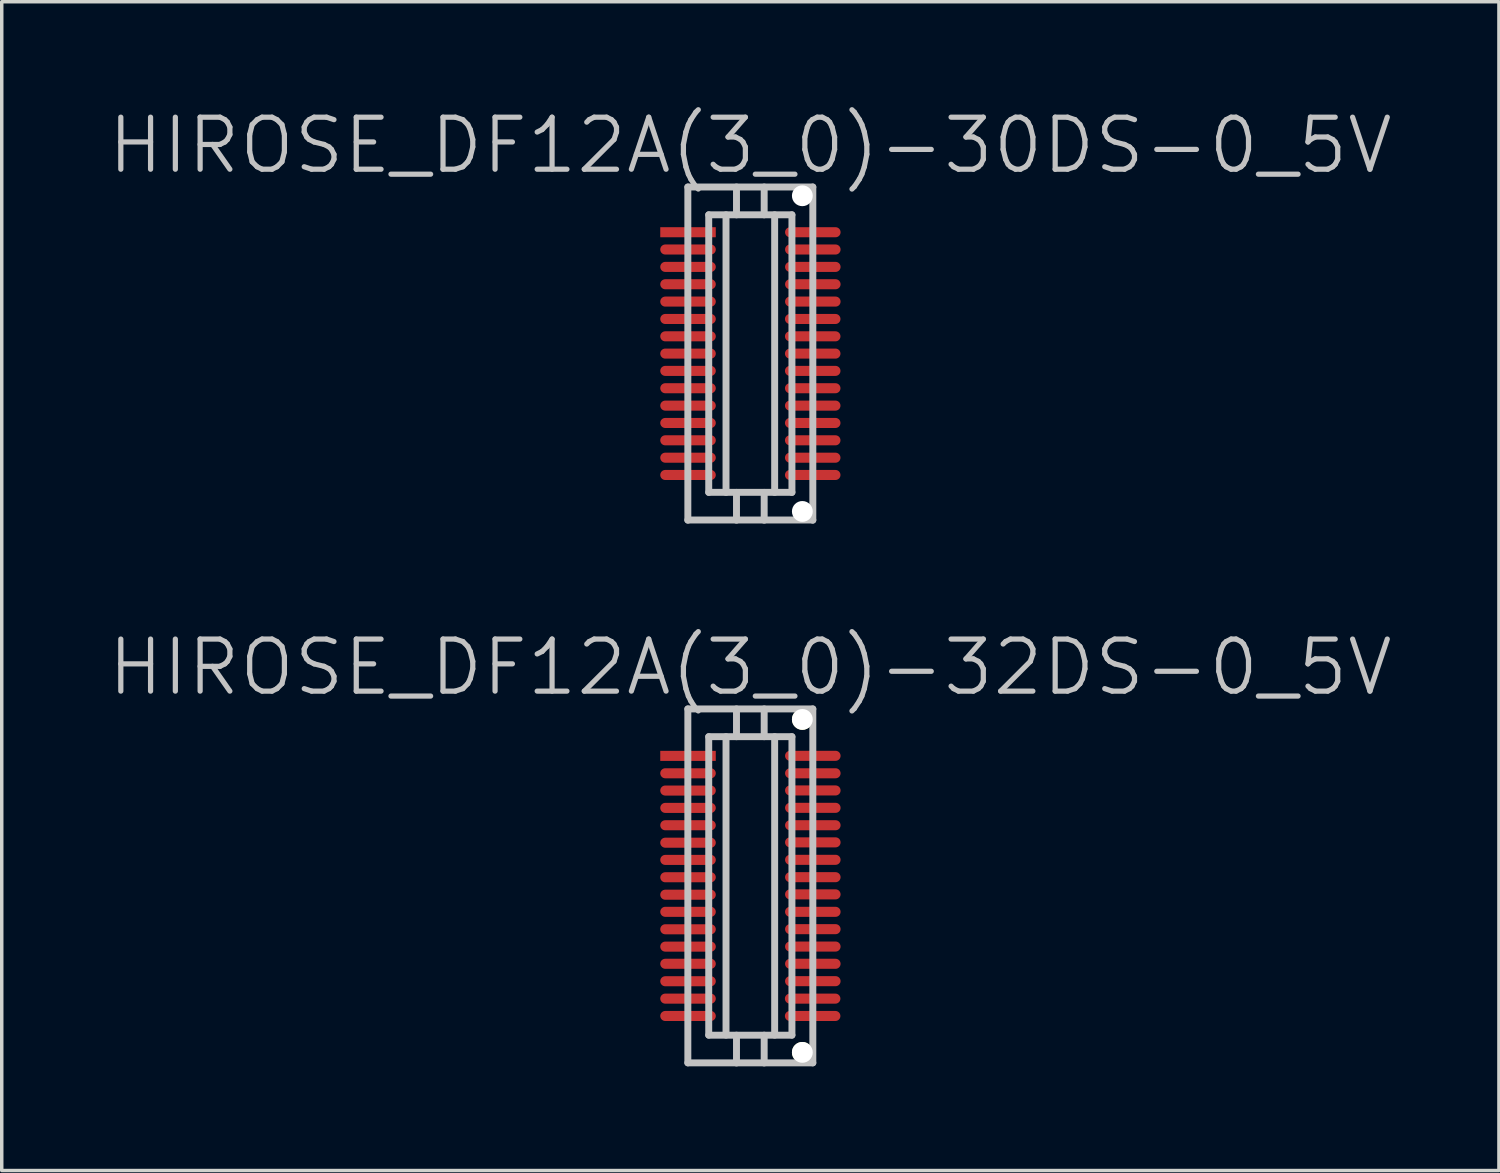
<source format=kicad_pcb>
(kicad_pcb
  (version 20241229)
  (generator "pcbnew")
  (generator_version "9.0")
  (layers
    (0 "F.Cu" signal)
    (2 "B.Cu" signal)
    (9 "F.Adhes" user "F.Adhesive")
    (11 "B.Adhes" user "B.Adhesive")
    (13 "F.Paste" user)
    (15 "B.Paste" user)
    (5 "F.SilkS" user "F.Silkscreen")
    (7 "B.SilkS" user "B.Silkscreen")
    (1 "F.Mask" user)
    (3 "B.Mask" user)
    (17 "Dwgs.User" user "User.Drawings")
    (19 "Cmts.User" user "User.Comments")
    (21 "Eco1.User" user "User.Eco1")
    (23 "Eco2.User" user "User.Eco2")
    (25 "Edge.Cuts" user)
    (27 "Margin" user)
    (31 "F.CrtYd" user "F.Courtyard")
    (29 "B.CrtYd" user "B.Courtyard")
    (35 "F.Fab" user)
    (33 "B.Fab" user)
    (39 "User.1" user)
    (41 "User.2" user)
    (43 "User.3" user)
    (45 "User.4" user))
  (footprint "HIROSE_DF12A(3_0)-30DS-0_5V"
    (layer "F.Cu")
    (at 18.575 7.141)
    (property "Reference" "HIROSE_DF12A(3_0)-30DS-0_5V" (at 0 -6 180) (layer "Dwgs.User") (effects (font (size 1.5 1.5) (thickness 0.15))))
    (attr smd)
    (fp_line (start -1.801 -4.801) (end -1.801 4.801) (stroke (width 0.2) (type solid)) (layer "Dwgs.User"))
    (fp_line (start -1.801 -4.801) (end 1.801 -4.801) (stroke (width 0.2) (type solid)) (layer "Dwgs.User"))
    (fp_line (start -1.199 -4) (end 1.199 -4) (stroke (width 0.2) (type solid)) (layer "Dwgs.User"))
    (fp_line (start -1.199 4) (end -1.199 -4) (stroke (width 0.2) (type solid)) (layer "Dwgs.User"))
    (fp_line (start -0.701 4) (end -0.701 -4) (stroke (width 0.2) (type solid)) (layer "Dwgs.User"))
    (fp_line (start -0.399 -4) (end -0.399 -4.801) (stroke (width 0.2) (type solid)) (layer "Dwgs.User"))
    (fp_line (start -0.399 4.801) (end -0.399 4) (stroke (width 0.2) (type solid)) (layer "Dwgs.User"))
    (fp_line (start 0.399 -4) (end 0.399 -4.801) (stroke (width 0.2) (type solid)) (layer "Dwgs.User"))
    (fp_line (start 0.399 4) (end 0.399 4.801) (stroke (width 0.2) (type solid)) (layer "Dwgs.User"))
    (fp_line (start 0.701 -4) (end 0.701 4) (stroke (width 0.2) (type solid)) (layer "Dwgs.User"))
    (fp_line (start 1.199 3.998) (end -1.199 3.998) (stroke (width 0.2) (type solid)) (layer "Dwgs.User"))
    (fp_line (start 1.199 4) (end 1.199 -4) (stroke (width 0.2) (type solid)) (layer "Dwgs.User"))
    (fp_line (start 1.801 4.796) (end -1.801 4.796) (stroke (width 0.2) (type solid)) (layer "Dwgs.User"))
    (fp_line (start 1.801 4.801) (end 1.801 -4.801) (stroke (width 0.2) (type solid)) (layer "Dwgs.User"))
    (pad "" np_thru_hole circle (at 1.499 -4.549 270) (size 0.6 0.6) (drill 0.6) (layers "*.Cu" "*.Mask"))
    (pad "" np_thru_hole circle (at 1.499 4.549 270) (size 0.6 0.6) (drill 0.6) (layers "*.Cu" "*.Mask"))
    (pad "1" smd rect (at -1.796 -3.498 270) (size 0.29 1.6) (layers "F.Cu" "F.Mask" "F.Paste"))
    (pad "2" smd oval (at -1.796 -3 270) (size 0.29 1.6) (layers "F.Cu" "F.Mask" "F.Paste"))
    (pad "3" smd oval (at -1.796 -2.499 270) (size 0.29 1.6) (layers "F.Cu" "F.Mask" "F.Paste"))
    (pad "4" smd oval (at -1.796 -1.999 270) (size 0.29 1.6) (layers "F.Cu" "F.Mask" "F.Paste"))
    (pad "5" smd oval (at -1.796 -1.499 270) (size 0.29 1.6) (layers "F.Cu" "F.Mask" "F.Paste"))
    (pad "6" smd oval (at -1.796 -0.998 270) (size 0.29 1.6) (layers "F.Cu" "F.Mask" "F.Paste"))
    (pad "7" smd oval (at -1.796 -0.498 270) (size 0.29 1.6) (layers "F.Cu" "F.Mask" "F.Paste"))
    (pad "8" smd oval (at -1.796 0 270) (size 0.29 1.6) (layers "F.Cu" "F.Mask" "F.Paste"))
    (pad "9" smd oval (at -1.796 0.498 270) (size 0.29 1.6) (layers "F.Cu" "F.Mask" "F.Paste"))
    (pad "10" smd oval (at -1.796 0.998 270) (size 0.29 1.6) (layers "F.Cu" "F.Mask" "F.Paste"))
    (pad "11" smd oval (at -1.796 1.499 270) (size 0.29 1.6) (layers "F.Cu" "F.Mask" "F.Paste"))
    (pad "12" smd oval (at -1.796 1.999 270) (size 0.29 1.6) (layers "F.Cu" "F.Mask" "F.Paste"))
    (pad "13" smd oval (at -1.796 2.499 270) (size 0.29 1.6) (layers "F.Cu" "F.Mask" "F.Paste"))
    (pad "14" smd oval (at -1.796 3 270) (size 0.29 1.6) (layers "F.Cu" "F.Mask" "F.Paste"))
    (pad "15" smd oval (at -1.796 3.498 270) (size 0.29 1.6) (layers "F.Cu" "F.Mask" "F.Paste"))
    (pad "16" smd oval (at 1.798 3.498 270) (size 0.29 1.6) (layers "F.Cu" "F.Mask" "F.Paste"))
    (pad "17" smd oval (at 1.798 3 270) (size 0.29 1.6) (layers "F.Cu" "F.Mask" "F.Paste"))
    (pad "18" smd oval (at 1.798 2.499 270) (size 0.29 1.6) (layers "F.Cu" "F.Mask" "F.Paste"))
    (pad "19" smd oval (at 1.798 1.999 270) (size 0.29 1.6) (layers "F.Cu" "F.Mask" "F.Paste"))
    (pad "20" smd oval (at 1.798 1.499 270) (size 0.29 1.6) (layers "F.Cu" "F.Mask" "F.Paste"))
    (pad "21" smd oval (at 1.798 0.998 270) (size 0.29 1.6) (layers "F.Cu" "F.Mask" "F.Paste"))
    (pad "22" smd oval (at 1.798 0.498 270) (size 0.29 1.6) (layers "F.Cu" "F.Mask" "F.Paste"))
    (pad "23" smd oval (at 1.798 0 270) (size 0.29 1.6) (layers "F.Cu" "F.Mask" "F.Paste"))
    (pad "24" smd oval (at 1.798 -0.498 270) (size 0.29 1.6) (layers "F.Cu" "F.Mask" "F.Paste"))
    (pad "25" smd oval (at 1.798 -0.998 270) (size 0.29 1.6) (layers "F.Cu" "F.Mask" "F.Paste"))
    (pad "26" smd oval (at 1.801 -1.499 270) (size 0.29 1.6) (layers "F.Cu" "F.Mask" "F.Paste"))
    (pad "27" smd oval (at 1.801 -1.999 270) (size 0.29 1.6) (layers "F.Cu" "F.Mask" "F.Paste"))
    (pad "28" smd oval (at 1.801 -2.499 270) (size 0.29 1.6) (layers "F.Cu" "F.Mask" "F.Paste"))
    (pad "29" smd oval (at 1.801 -3 270) (size 0.29 1.6) (layers "F.Cu" "F.Mask" "F.Paste"))
    (pad "30" smd oval (at 1.801 -3.498 270) (size 0.29 1.6) (layers "F.Cu" "F.Mask" "F.Paste")))
  (footprint "HIROSE_DF12A(3_0)-32DS-0_5V"
    (layer "F.Cu")
    (at 18.575 22.482)
    (property "Reference" "HIROSE_DF12A(3_0)-32DS-0_5V" (at 0 -6.3 180) (layer "Dwgs.User") (effects (font (size 1.5 1.5) (thickness 0.15))))
    (attr smd)
    (fp_line (start -1.801 -5.1) (end 1.801 -5.1) (stroke (width 0.2) (type solid)) (layer "Dwgs.User"))
    (fp_line (start -1.801 5.1) (end -1.801 -5.1) (stroke (width 0.2) (type solid)) (layer "Dwgs.User"))
    (fp_line (start -1.199 -4.3) (end 1.199 -4.3) (stroke (width 0.2) (type solid)) (layer "Dwgs.User"))
    (fp_line (start -1.199 4.3) (end -1.199 -4.3) (stroke (width 0.2) (type solid)) (layer "Dwgs.User"))
    (fp_line (start -0.701 -4.3) (end -0.701 4.3) (stroke (width 0.2) (type solid)) (layer "Dwgs.User"))
    (fp_line (start -0.399 -4.3) (end -0.399 -5.1) (stroke (width 0.2) (type solid)) (layer "Dwgs.User"))
    (fp_line (start -0.399 5.103) (end -0.399 4.303) (stroke (width 0.2) (type solid)) (layer "Dwgs.User"))
    (fp_line (start 0.399 -4.3) (end 0.399 -5.1) (stroke (width 0.2) (type solid)) (layer "Dwgs.User"))
    (fp_line (start 0.399 4.303) (end 0.399 5.103) (stroke (width 0.2) (type solid)) (layer "Dwgs.User"))
    (fp_line (start 0.701 4.3) (end 0.701 -4.3) (stroke (width 0.2) (type solid)) (layer "Dwgs.User"))
    (fp_line (start 1.199 -4.3) (end 1.199 4.3) (stroke (width 0.2) (type solid)) (layer "Dwgs.User"))
    (fp_line (start 1.199 4.303) (end -1.199 4.303) (stroke (width 0.2) (type solid)) (layer "Dwgs.User"))
    (fp_line (start 1.801 -5.1) (end 1.801 5.1) (stroke (width 0.2) (type solid)) (layer "Dwgs.User"))
    (fp_line (start 1.801 5.1) (end -1.801 5.1) (stroke (width 0.2) (type solid)) (layer "Dwgs.User"))
    (pad "" np_thru_hole circle (at 1.499 -4.798 270) (size 0.6 0.6) (drill 0.6) (layers "*.Cu" "*.Mask" "F.SilkS"))
    (pad "" np_thru_hole circle (at 1.499 4.798 270) (size 0.6 0.6) (drill 0.6) (layers "*.Cu" "*.Mask" "F.SilkS"))
    (pad "1" smd rect (at -1.796 -3.747 270) (size 0.29 1.6) (layers "F.Cu" "F.Mask" "F.Paste"))
    (pad "2" smd oval (at -1.796 -3.246 270) (size 0.29 1.6) (layers "F.Cu" "F.Mask" "F.Paste"))
    (pad "3" smd oval (at -1.796 -2.748 270) (size 0.29 1.6) (layers "F.Cu" "F.Mask" "F.Paste"))
    (pad "4" smd oval (at -1.796 -2.248 270) (size 0.29 1.6) (layers "F.Cu" "F.Mask" "F.Paste"))
    (pad "5" smd oval (at -1.796 -1.748 270) (size 0.29 1.6) (layers "F.Cu" "F.Mask" "F.Paste"))
    (pad "6" smd oval (at -1.796 -1.245 270) (size 0.29 1.6) (layers "F.Cu" "F.Mask" "F.Paste"))
    (pad "7" smd oval (at -1.796 -0.749 270) (size 0.29 1.6) (layers "F.Cu" "F.Mask" "F.Paste"))
    (pad "8" smd oval (at -1.796 -0.249 270) (size 0.29 1.6) (layers "F.Cu" "F.Mask" "F.Paste"))
    (pad "9" smd oval (at -1.796 0.254 270) (size 0.29 1.6) (layers "F.Cu" "F.Mask" "F.Paste"))
    (pad "10" smd oval (at -1.796 0.747 270) (size 0.29 1.6) (layers "F.Cu" "F.Mask" "F.Paste"))
    (pad "11" smd oval (at -1.796 1.25 270) (size 0.29 1.6) (layers "F.Cu" "F.Mask" "F.Paste"))
    (pad "12" smd oval (at -1.796 1.75 270) (size 0.29 1.6) (layers "F.Cu" "F.Mask" "F.Paste"))
    (pad "13" smd oval (at -1.796 2.245 270) (size 0.29 1.6) (layers "F.Cu" "F.Mask" "F.Paste"))
    (pad "14" smd oval (at -1.796 2.748 270) (size 0.29 1.6) (layers "F.Cu" "F.Mask" "F.Paste"))
    (pad "15" smd oval (at -1.796 3.249 270) (size 0.29 1.6) (layers "F.Cu" "F.Mask" "F.Paste"))
    (pad "16" smd oval (at -1.796 3.749 270) (size 0.29 1.6) (layers "F.Cu" "F.Mask" "F.Paste"))
    (pad "17" smd oval (at 1.796 3.749 270) (size 0.29 1.6) (layers "F.Cu" "F.Mask" "F.Paste"))
    (pad "18" smd oval (at 1.796 3.249 270) (size 0.29 1.6) (layers "F.Cu" "F.Mask" "F.Paste"))
    (pad "19" smd oval (at 1.801 2.746 270) (size 0.29 1.6) (layers "F.Cu" "F.Mask" "F.Paste"))
    (pad "20" smd oval (at 1.801 2.245 270) (size 0.29 1.6) (layers "F.Cu" "F.Mask" "F.Paste"))
    (pad "21" smd oval (at 1.801 1.748 270) (size 0.29 1.6) (layers "F.Cu" "F.Mask" "F.Paste"))
    (pad "22" smd oval (at 1.801 1.247 270) (size 0.29 1.6) (layers "F.Cu" "F.Mask" "F.Paste"))
    (pad "23" smd oval (at 1.801 0.747 270) (size 0.29 1.6) (layers "F.Cu" "F.Mask" "F.Paste"))
    (pad "24" smd oval (at 1.801 0.244 270) (size 0.29 1.6) (layers "F.Cu" "F.Mask" "F.Paste"))
    (pad "25" smd oval (at 1.801 -0.251 270) (size 0.29 1.6) (layers "F.Cu" "F.Mask" "F.Paste"))
    (pad "26" smd oval (at 1.801 -0.752 270) (size 0.29 1.6) (layers "F.Cu" "F.Mask" "F.Paste"))
    (pad "27" smd oval (at 1.801 -1.255 270) (size 0.29 1.6) (layers "F.Cu" "F.Mask" "F.Paste"))
    (pad "28" smd oval (at 1.801 -1.748 270) (size 0.29 1.6) (layers "F.Cu" "F.Mask" "F.Paste"))
    (pad "29" smd oval (at 1.801 -2.25 270) (size 0.29 1.6) (layers "F.Cu" "F.Mask" "F.Paste"))
    (pad "30" smd oval (at 1.801 -2.751 270) (size 0.29 1.6) (layers "F.Cu" "F.Mask" "F.Paste"))
    (pad "31" smd oval (at 1.801 -3.246 270) (size 0.29 1.6) (layers "F.Cu" "F.Mask" "F.Paste"))
    (pad "32" smd oval (at 1.801 -3.749 270) (size 0.29 1.6) (layers "F.Cu" "F.Mask" "F.Paste")))
  (gr_rect
    (start -3 -3)
    (end 40.15 30.685)
    (stroke (width 0.1) (type default))
    (fill no)
    (layer "Edge.Cuts")))
</source>
